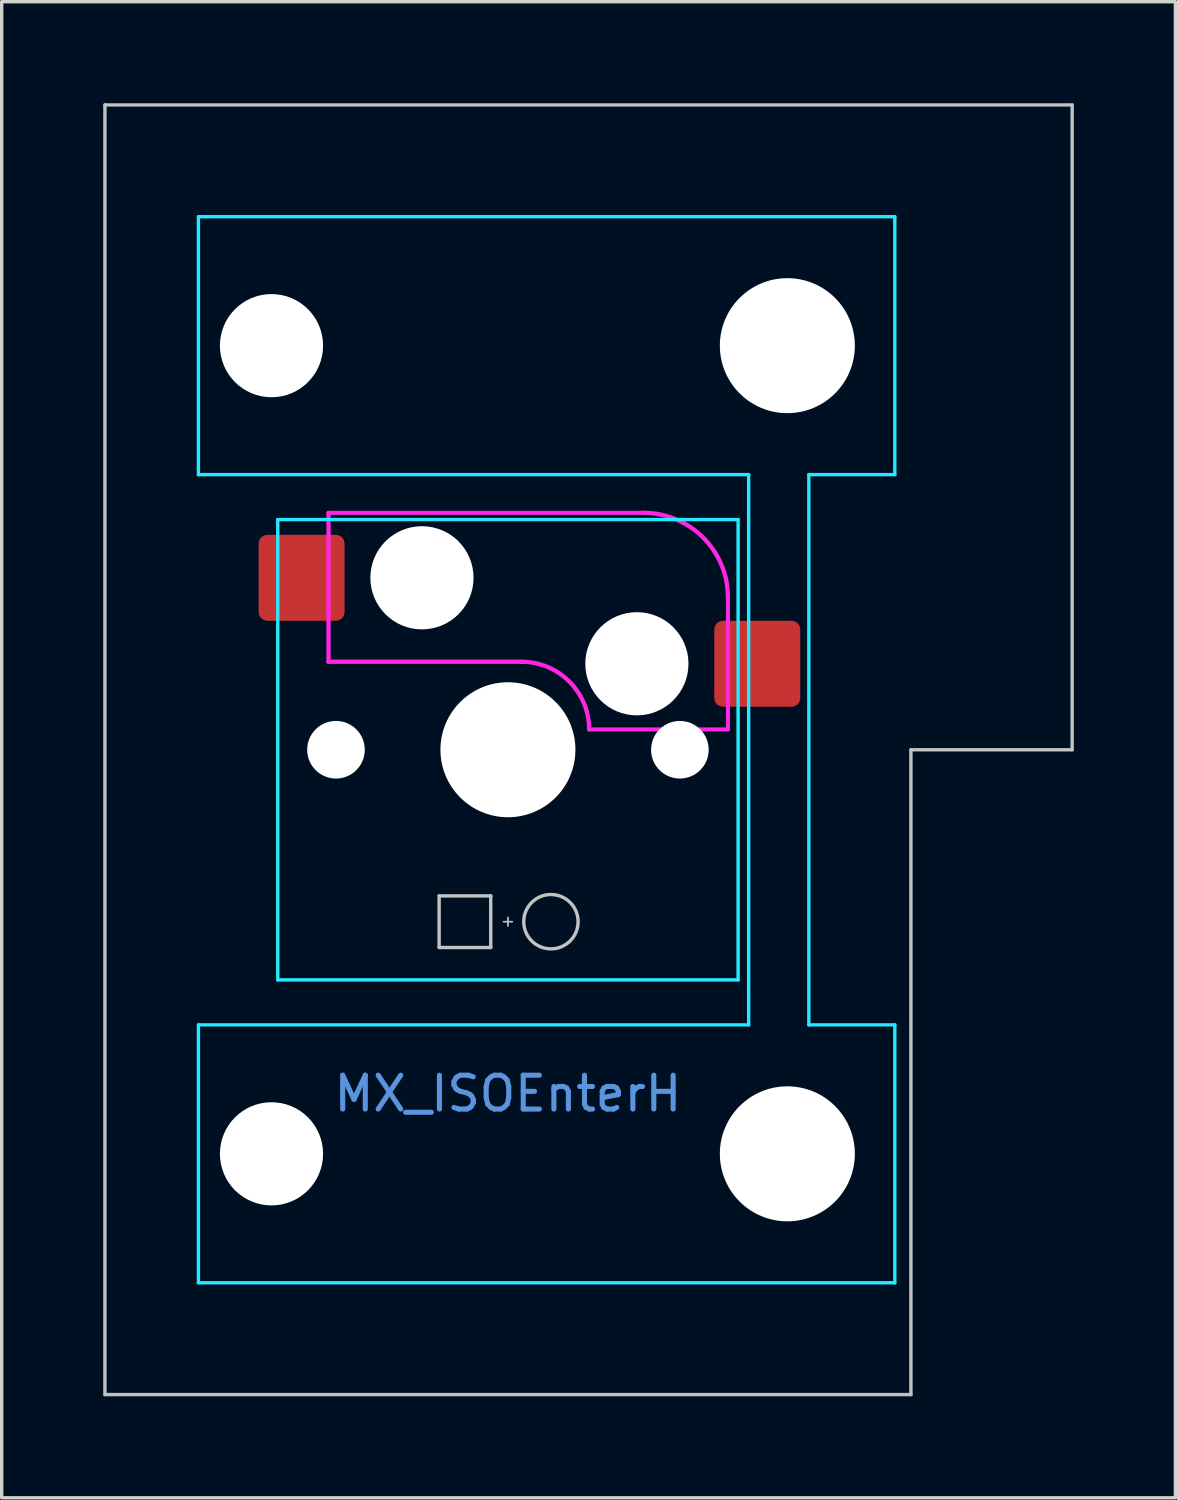
<source format=kicad_pcb>
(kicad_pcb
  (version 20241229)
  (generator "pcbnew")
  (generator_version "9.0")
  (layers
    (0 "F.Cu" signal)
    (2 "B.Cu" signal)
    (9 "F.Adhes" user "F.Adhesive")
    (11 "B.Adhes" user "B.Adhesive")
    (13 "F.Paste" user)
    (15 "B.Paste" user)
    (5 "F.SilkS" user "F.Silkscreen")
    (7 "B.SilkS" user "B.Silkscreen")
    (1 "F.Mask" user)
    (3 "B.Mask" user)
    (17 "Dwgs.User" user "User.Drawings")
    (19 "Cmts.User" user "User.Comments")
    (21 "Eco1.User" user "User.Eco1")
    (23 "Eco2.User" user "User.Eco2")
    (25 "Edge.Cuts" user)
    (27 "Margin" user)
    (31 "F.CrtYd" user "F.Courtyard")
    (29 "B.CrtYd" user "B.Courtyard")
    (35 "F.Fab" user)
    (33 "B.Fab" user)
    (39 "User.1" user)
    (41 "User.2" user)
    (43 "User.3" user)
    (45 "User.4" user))
  (footprint "MX_ISOEnterH"
    (layer "F.Cu")
    (at 11.956 19.1)
    (property "Reference" "MX_ISOEnterH" (at 0 10.16 0) (unlocked yes) (layer "Cmts.User") (effects (font (size 1 1) (thickness 0.15))))
    (attr smd)
    (fp_line (start -11.906 19.05) (end -11.906 -19.05) (stroke (width 0.1) (type solid)) (layer "Dwgs.User"))
    (fp_line (start -2.032 4.318) (end -2.032 5.842) (stroke (width 0.1) (type solid)) (layer "Dwgs.User"))
    (fp_line (start -2.032 5.842) (end -0.508 5.842) (stroke (width 0.1) (type solid)) (layer "Dwgs.User"))
    (fp_line (start -0.508 4.318) (end -2.032 4.318) (stroke (width 0.1) (type solid)) (layer "Dwgs.User"))
    (fp_line (start -0.508 4.318) (end -0.508 5.842) (stroke (width 0.1) (type solid)) (layer "Dwgs.User"))
    (fp_line (start -0.127 5.08) (end 0.127 5.08) (stroke (width 0.05) (type solid)) (layer "Dwgs.User"))
    (fp_line (start 0 5.207) (end 0 4.953) (stroke (width 0.05) (type solid)) (layer "Dwgs.User"))
    (fp_line (start 11.906 19.05) (end -11.906 19.05) (stroke (width 0.1) (type solid)) (layer "Dwgs.User"))
    (fp_line (start 11.906 19.05) (end 11.906 0) (stroke (width 0.1) (type solid)) (layer "Dwgs.User"))
    (fp_line (start 16.669 -19.05) (end -11.906 -19.05) (stroke (width 0.1) (type solid)) (layer "Dwgs.User"))
    (fp_line (start 16.669 0) (end 11.906 0) (stroke (width 0.1) (type solid)) (layer "Dwgs.User"))
    (fp_line (start 16.669 0) (end 16.669 -19.05) (stroke (width 0.1) (type solid)) (layer "Dwgs.User"))
    (fp_circle (center 1.27 5.08) (end 1.27 5.883) (stroke (width 0.1) (type solid)) (fill no) (layer "Dwgs.User"))
    (fp_line (start -7 -6.5) (end -7 6.5) (stroke (width 0.1) (type solid)) (layer "Eco1.User"))
    (fp_line (start -6.5 7) (end 6.5 7) (stroke (width 0.1) (type solid)) (layer "Eco1.User"))
    (fp_line (start -5.985 -8.938) (end -5.985 -14.938) (stroke (width 0.1) (type solid)) (layer "Eco1.User"))
    (fp_line (start -5.985 14.938) (end -5.985 8.938) (stroke (width 0.1) (type solid)) (layer "Eco1.User"))
    (fp_line (start -5.485 -8.438) (end 8.515 -8.438) (stroke (width 0.1) (type solid)) (layer "Eco1.User"))
    (fp_line (start -5.485 15.438) (end 8.515 15.438) (stroke (width 0.1) (type solid)) (layer "Eco1.User"))
    (fp_line (start 6.5 -7) (end -6.5 -7) (stroke (width 0.1) (type solid)) (layer "Eco1.User"))
    (fp_line (start 7 6.5) (end 7 -6.5) (stroke (width 0.1) (type solid)) (layer "Eco1.User"))
    (fp_line (start 8.515 -15.438) (end -5.485 -15.438) (stroke (width 0.1) (type solid)) (layer "Eco1.User"))
    (fp_line (start 8.515 8.438) (end -5.485 8.438) (stroke (width 0.1) (type solid)) (layer "Eco1.User"))
    (fp_line (start 9.015 -14.938) (end 9.015 -8.938) (stroke (width 0.1) (type solid)) (layer "Eco1.User"))
    (fp_line (start 9.015 8.938) (end 9.015 14.938) (stroke (width 0.1) (type solid)) (layer "Eco1.User"))
    (fp_arc (start -7 -6.5) (mid -6.853553 -6.853553) (end -6.5 -7) (stroke (width 0.1) (type solid)) (layer "Eco1.User"))
    (fp_arc (start -6.5 7) (mid -6.853553 6.853553) (end -7 6.5) (stroke (width 0.1) (type solid)) (layer "Eco1.User"))
    (fp_arc (start -5.985 -14.938) (mid -5.838553 -15.291553) (end -5.485 -15.438) (stroke (width 0.1) (type solid)) (layer "Eco1.User"))
    (fp_arc (start -5.985 8.938) (mid -5.838553 8.584447) (end -5.485 8.438) (stroke (width 0.1) (type solid)) (layer "Eco1.User"))
    (fp_arc (start -5.485 -8.438) (mid -5.838553 -8.584447) (end -5.985 -8.938) (stroke (width 0.1) (type solid)) (layer "Eco1.User"))
    (fp_arc (start -5.485 15.438) (mid -5.838553 15.291553) (end -5.985 14.938) (stroke (width 0.1) (type solid)) (layer "Eco1.User"))
    (fp_arc (start 6.5 -7) (mid 6.853553 -6.853553) (end 7 -6.5) (stroke (width 0.1) (type solid)) (layer "Eco1.User"))
    (fp_arc (start 7 6.5) (mid 6.853553 6.853553) (end 6.5 7) (stroke (width 0.1) (type solid)) (layer "Eco1.User"))
    (fp_arc (start 8.515 -15.438) (mid 8.868553 -15.291553) (end 9.015 -14.938) (stroke (width 0.1) (type solid)) (layer "Eco1.User"))
    (fp_arc (start 8.515 8.438) (mid 8.868553 8.584447) (end 9.015 8.938) (stroke (width 0.1) (type solid)) (layer "Eco1.User"))
    (fp_arc (start 9.015 -8.938) (mid 8.868553 -8.584447) (end 8.515 -8.438) (stroke (width 0.1) (type solid)) (layer "Eco1.User"))
    (fp_arc (start 9.015 14.938) (mid 8.868553 15.291553) (end 8.515 15.438) (stroke (width 0.1) (type solid)) (layer "Eco1.User"))
    (fp_line (start -9.144 -15.748) (end 11.43 -15.748) (stroke (width 0.1) (type solid)) (layer "B.CrtYd"))
    (fp_line (start -9.144 -8.128) (end -9.144 -15.748) (stroke (width 0.1) (type solid)) (layer "B.CrtYd"))
    (fp_line (start -9.144 -8.128) (end 7.112 -8.128) (stroke (width 0.1) (type solid)) (layer "B.CrtYd"))
    (fp_line (start -9.144 8.128) (end 7.112 8.128) (stroke (width 0.1) (type solid)) (layer "B.CrtYd"))
    (fp_line (start -9.144 15.748) (end -9.144 8.128) (stroke (width 0.1) (type solid)) (layer "B.CrtYd"))
    (fp_line (start -6.8 6.8) (end -6.8 -6.8) (stroke (width 0.1) (type solid)) (layer "B.CrtYd"))
    (fp_line (start 6.8 -6.8) (end -6.8 -6.8) (stroke (width 0.1) (type solid)) (layer "B.CrtYd"))
    (fp_line (start 6.8 6.8) (end -6.8 6.8) (stroke (width 0.1) (type solid)) (layer "B.CrtYd"))
    (fp_line (start 6.8 6.8) (end 6.8 -6.8) (stroke (width 0.1) (type solid)) (layer "B.CrtYd"))
    (fp_line (start 7.112 8.128) (end 7.112 -8.128) (stroke (width 0.1) (type solid)) (layer "B.CrtYd"))
    (fp_line (start 8.89 8.128) (end 8.89 -8.128) (stroke (width 0.1) (type solid)) (layer "B.CrtYd"))
    (fp_line (start 11.43 -15.748) (end 11.43 -8.128) (stroke (width 0.1) (type solid)) (layer "B.CrtYd"))
    (fp_line (start 11.43 -8.128) (end 8.89 -8.128) (stroke (width 0.1) (type solid)) (layer "B.CrtYd"))
    (fp_line (start 11.43 8.128) (end 8.89 8.128) (stroke (width 0.1) (type solid)) (layer "B.CrtYd"))
    (fp_line (start 11.43 8.128) (end 11.43 15.748) (stroke (width 0.1) (type solid)) (layer "B.CrtYd"))
    (fp_line (start 11.43 15.748) (end -9.144 15.748) (stroke (width 0.1) (type solid)) (layer "B.CrtYd"))
    (fp_line (start -5.3 -7) (end -5.3 -2.6) (stroke (width 0.127) (type solid)) (layer "F.CrtYd"))
    (fp_line (start 0.4 -2.6) (end -5.3 -2.6) (stroke (width 0.127) (type solid)) (layer "F.CrtYd"))
    (fp_line (start 4 -7) (end -5.3 -7) (stroke (width 0.12) (type solid)) (layer "F.CrtYd"))
    (fp_line (start 6.5 -4.5) (end 6.5 -0.6) (stroke (width 0.12) (type solid)) (layer "F.CrtYd"))
    (fp_line (start 6.5 -0.6) (end 2.4 -0.6) (stroke (width 0.12) (type solid)) (layer "F.CrtYd"))
    (fp_arc (start 0.4 -2.6) (mid 1.814214 -2.014214) (end 2.4 -0.6) (stroke (width 0.127) (type solid)) (layer "F.CrtYd"))
    (fp_arc (start 4 -7) (mid 5.767767 -6.267767) (end 6.5 -4.5) (stroke (width 0.127) (type solid)) (layer "F.CrtYd"))
    (pad "" np_thru_hole circle (at -6.985 -11.938 90) (size 3.048 3.048) (drill 3.048) (layers "*.Cu" "*.Mask"))
    (pad "" np_thru_hole circle (at -6.985 11.938 90) (size 3.048 3.048) (drill 3.048) (layers "*.Cu" "*.Mask"))
    (pad "" np_thru_hole circle (at -5.08 0 270) (size 1.702 1.702) (drill 1.702) (layers "*.Cu" "*.Mask"))
    (pad "" np_thru_hole circle (at -2.54 -5.08) (size 3.048 3.048) (drill 3.048) (layers "*.Cu" "*.Mask"))
    (pad "" np_thru_hole circle (at 0 0) (size 3.988 3.988) (drill 3.988) (layers "*.Cu" "*.Mask"))
    (pad "" np_thru_hole circle (at 3.81 -2.54) (size 3.048 3.048) (drill 3.048) (layers "*.Cu" "*.Mask"))
    (pad "" np_thru_hole circle (at 5.08 0 270) (size 1.702 1.702) (drill 1.702) (layers "*.Cu" "*.Mask"))
    (pad "" np_thru_hole circle (at 8.255 -11.938 90) (size 3.988 3.988) (drill 3.988) (layers "*.Cu" "*.Mask"))
    (pad "" np_thru_hole circle (at 8.255 11.938 90) (size 3.988 3.988) (drill 3.988) (layers "*.Cu" "*.Mask"))
    (pad "1" smd roundrect (at -6.096 -5.08) (size 2.54 2.54) (layers "F.Cu" "F.Mask") (roundrect_rratio 0.1))
    (pad "2" smd roundrect (at 7.366 -2.54) (size 2.54 2.54) (layers "F.Cu" "F.Mask") (roundrect_rratio 0.1)))
  (gr_rect
    (start -3 -3)
    (end 31.675 41.2)
    (stroke (width 0.1) (type default))
    (fill no)
    (layer "Edge.Cuts")))
</source>
